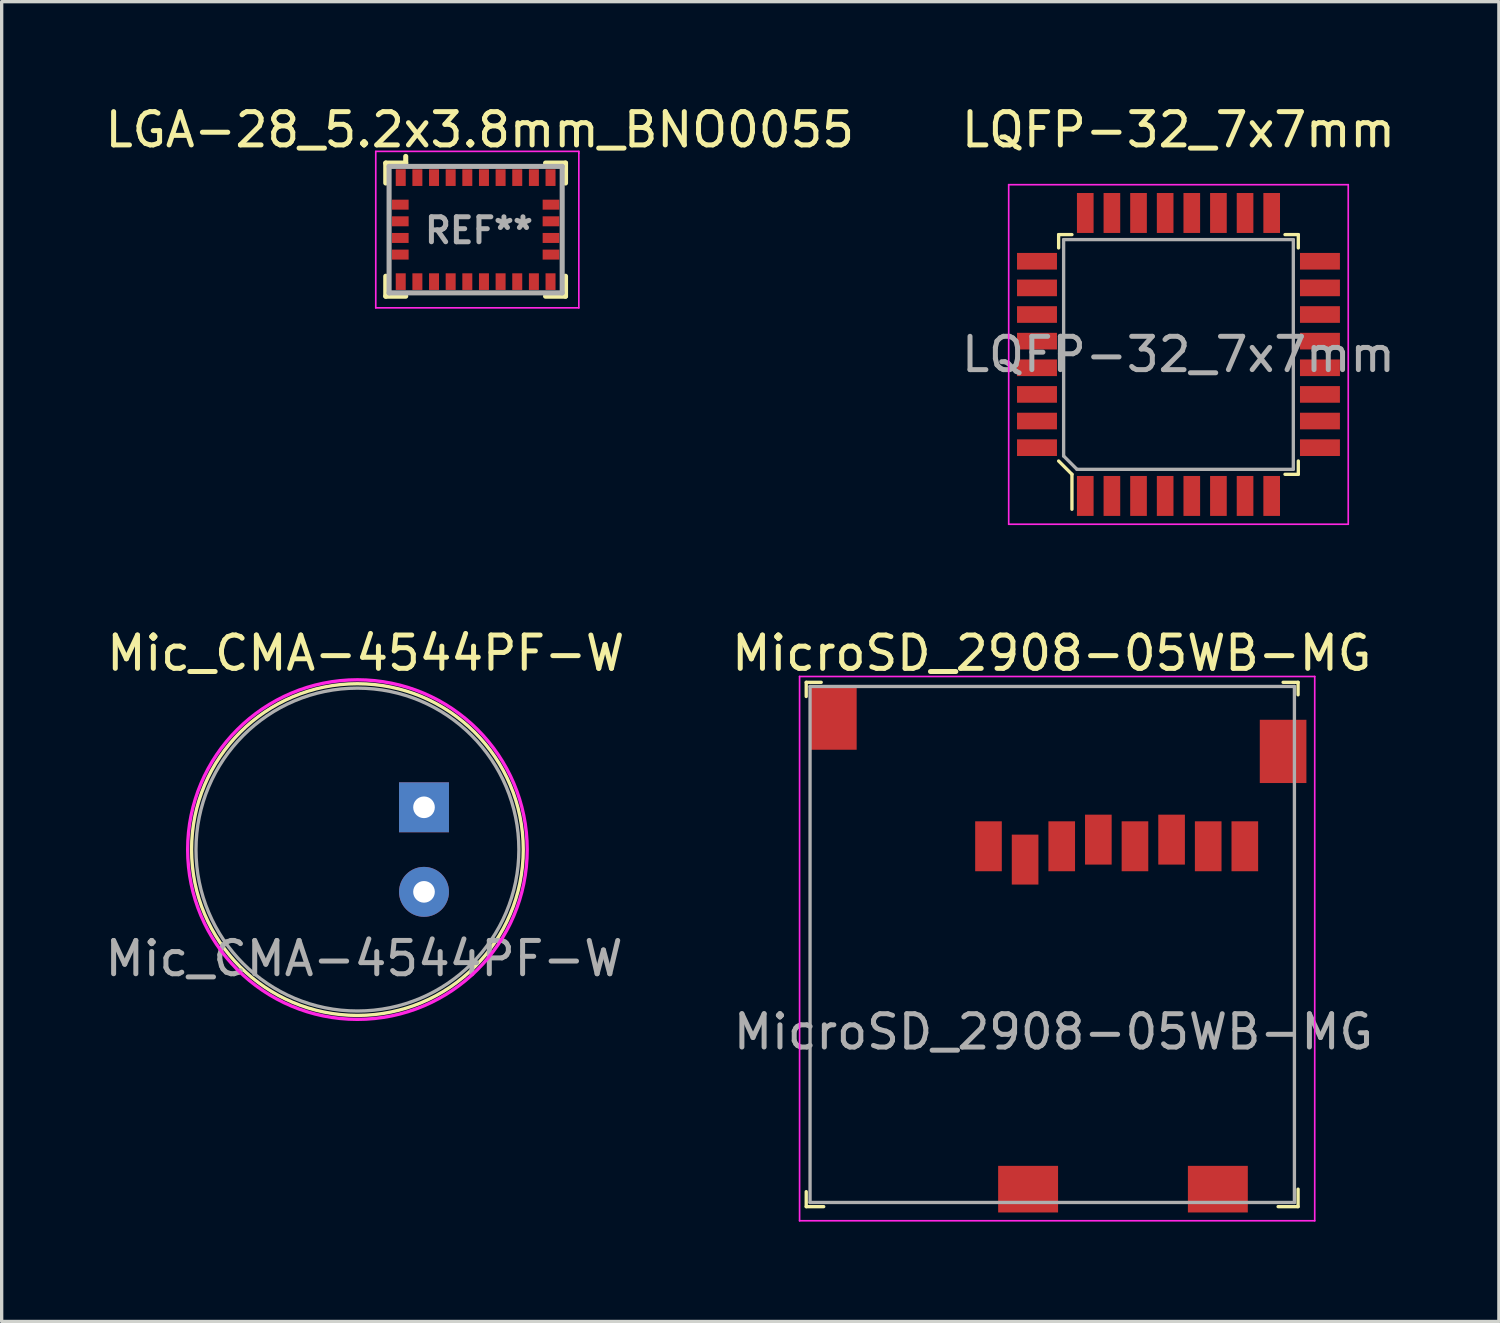
<source format=kicad_pcb>
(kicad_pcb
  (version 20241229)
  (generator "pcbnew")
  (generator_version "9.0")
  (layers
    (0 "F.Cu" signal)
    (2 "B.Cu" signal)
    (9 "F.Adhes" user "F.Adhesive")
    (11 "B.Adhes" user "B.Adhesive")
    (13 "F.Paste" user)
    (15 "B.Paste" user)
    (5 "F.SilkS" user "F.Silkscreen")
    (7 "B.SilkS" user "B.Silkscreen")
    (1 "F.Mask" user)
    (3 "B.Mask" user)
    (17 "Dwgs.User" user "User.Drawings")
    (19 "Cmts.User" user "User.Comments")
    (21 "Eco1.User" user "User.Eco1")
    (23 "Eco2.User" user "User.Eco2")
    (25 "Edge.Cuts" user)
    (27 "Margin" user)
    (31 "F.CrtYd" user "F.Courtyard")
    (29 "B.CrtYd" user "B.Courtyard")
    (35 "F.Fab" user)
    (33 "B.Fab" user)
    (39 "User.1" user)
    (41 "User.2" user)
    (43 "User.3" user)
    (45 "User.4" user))
  (footprint "MicroSD_2908-05WB-MG"
    (layer "F.Cu")
    (at 26.644 22.372)
    (property "Reference" "MicroSD_2908-05WB-MG" (at 1.9 -5.8 0) (layer "F.SilkS") (effects (font (size 1 1) (thickness 0.15))))
    (attr smd)
    (fp_line (start -5.475 -4.925) (end -5.475 -4.5) (stroke (width 0.1) (type solid)) (layer "F.SilkS"))
    (fp_line (start -5.475 10.825) (end -5.475 10.375) (stroke (width 0.1) (type solid)) (layer "F.SilkS"))
    (fp_line (start -5.025 -4.925) (end -5.475 -4.925) (stroke (width 0.1) (type solid)) (layer "F.SilkS"))
    (fp_line (start -4.95 10.825) (end -5.475 10.825) (stroke (width 0.1) (type solid)) (layer "F.SilkS"))
    (fp_line (start 8.7 10.825) (end 9.3 10.825) (stroke (width 0.1) (type solid)) (layer "F.SilkS"))
    (fp_line (start 8.85 -4.925) (end 9.3 -4.925) (stroke (width 0.1) (type solid)) (layer "F.SilkS"))
    (fp_line (start 9.3 -4.925) (end 9.3 -4.55) (stroke (width 0.1) (type solid)) (layer "F.SilkS"))
    (fp_line (start 9.3 10.825) (end 9.3 10.3) (stroke (width 0.1) (type solid)) (layer "F.SilkS"))
    (fp_line (start -5.675 -5.1) (end -5.675 11.25) (stroke (width 0.05) (type solid)) (layer "F.CrtYd"))
    (fp_line (start -5.675 -5.1) (end 9.8 -5.1) (stroke (width 0.05) (type solid)) (layer "F.CrtYd"))
    (fp_line (start 9.8 -5.1) (end 9.8 11.25) (stroke (width 0.05) (type solid)) (layer "F.CrtYd"))
    (fp_line (start 9.8 11.25) (end -5.675 11.25) (stroke (width 0.05) (type solid)) (layer "F.CrtYd"))
    (fp_line (start -5.36 -4.8) (end -5.36 10.7) (stroke (width 0.1) (type solid)) (layer "F.Fab"))
    (fp_line (start -5.36 -4.8) (end 9.19 -4.8) (stroke (width 0.1) (type solid)) (layer "F.Fab"))
    (fp_line (start 9.19 -4.8) (end 9.19 10.7) (stroke (width 0.1) (type solid)) (layer "F.Fab"))
    (fp_line (start 9.19 10.7) (end -5.36 10.7) (stroke (width 0.1) (type solid)) (layer "F.Fab"))
    (fp_text user "${REFERENCE}" (at 1.95 5.575 0) (layer "F.Fab") (effects (font (size 1 1) (thickness 0.15))))
    (pad "1" smd rect (at 0 0) (size 0.8 1.5) (layers "F.Cu" "F.Mask" "F.Paste"))
    (pad "2" smd rect (at 1.1 0.4) (size 0.8 1.5) (layers "F.Cu" "F.Mask" "F.Paste"))
    (pad "3" smd rect (at 2.2 0) (size 0.8 1.5) (layers "F.Cu" "F.Mask" "F.Paste"))
    (pad "4" smd rect (at 3.3 -0.2) (size 0.8 1.5) (layers "F.Cu" "F.Mask" "F.Paste"))
    (pad "5" smd rect (at 4.4 0) (size 0.8 1.5) (layers "F.Cu" "F.Mask" "F.Paste"))
    (pad "6" smd rect (at 5.5 -0.2) (size 0.8 1.5) (layers "F.Cu" "F.Mask" "F.Paste"))
    (pad "7" smd rect (at 6.6 0) (size 0.8 1.5) (layers "F.Cu" "F.Mask" "F.Paste"))
    (pad "8" smd rect (at 7.7 0) (size 0.8 1.5) (layers "F.Cu" "F.Mask" "F.Paste"))
    (pad "9" smd rect (at -4.66 -3.85) (size 1.4 1.9) (layers "F.Cu" "F.Mask" "F.Paste"))
    (pad "9" smd rect (at 1.19 10.3) (size 1.8 1.4) (layers "F.Cu" "F.Mask" "F.Paste"))
    (pad "9" smd rect (at 6.89 10.3) (size 1.8 1.4) (layers "F.Cu" "F.Mask" "F.Paste"))
    (pad "9" smd rect (at 8.85 -2.85) (size 1.4 1.9) (layers "F.Cu" "F.Mask" "F.Paste")))
  (footprint "Mic_CMA-4544PF-W"
    (layer "F.Cu")
    (at 7.687 22.471)
    (property "Reference" "Mic_CMA-4544PF-W" (at 0.25 -5.9 0) (layer "F.SilkS") (effects (font (size 1 1) (thickness 0.15))))
    (attr through_hole)
    (fp_circle (center 0 0) (end 3.1 3.9) (stroke (width 0.1) (type solid)) (fill no) (layer "F.SilkS"))
    (fp_circle (center 0 0) (end 5.1 0) (stroke (width 0.1) (type solid)) (fill no) (layer "F.CrtYd"))
    (fp_circle (center 0 0) (end 4.85 0) (stroke (width 0.1) (type solid)) (fill no) (layer "F.Fab"))
    (fp_text user "${REFERENCE}" (at 0.2 3.275 0) (layer "F.Fab") (effects (font (size 1 1) (thickness 0.15))))
    (pad "1" thru_hole rect (at 2 -1.27) (size 1.5 1.5) (drill 0.65) (layers "*.Cu" "*.Mask"))
    (pad "2" thru_hole circle (at 2 1.27) (size 1.5 1.5) (drill 0.65) (layers "*.Cu" "*.Mask")))
  (footprint "LGA-28_5.2x3.8mm_BNO0055"
    (layer "F.Cu")
    (at 11.238 3.848)
    (property "Reference" "LGA-28_5.2x3.8mm_BNO0055" (at 0.125 -3 0) (layer "F.SilkS") (effects (font (size 1 1) (thickness 0.15))))
    (attr smd)
    (fp_line (start -2.7 -2) (end -2.7 -1.4) (stroke (width 0.152) (type solid)) (layer "F.SilkS"))
    (fp_line (start -2.7 1.4) (end -2.7 2) (stroke (width 0.152) (type solid)) (layer "F.SilkS"))
    (fp_line (start -2.7 2) (end -2.1 2) (stroke (width 0.152) (type solid)) (layer "F.SilkS"))
    (fp_line (start -2.1 -2) (end -2.7 -2) (stroke (width 0.152) (type solid)) (layer "F.SilkS"))
    (fp_line (start -2.1 -2) (end -2.1 -2.2) (stroke (width 0.152) (type solid)) (layer "F.SilkS"))
    (fp_line (start 2.1 2) (end 2.7 2) (stroke (width 0.152) (type solid)) (layer "F.SilkS"))
    (fp_line (start 2.7 -2) (end 2.1 -2) (stroke (width 0.152) (type solid)) (layer "F.SilkS"))
    (fp_line (start 2.7 -1.4) (end 2.7 -2) (stroke (width 0.152) (type solid)) (layer "F.SilkS"))
    (fp_line (start 2.7 2) (end 2.7 1.4) (stroke (width 0.152) (type solid)) (layer "F.SilkS"))
    (fp_line (start -3 -2.35) (end -3 2.35) (stroke (width 0.05) (type solid)) (layer "F.CrtYd"))
    (fp_line (start -3 2.35) (end 3.1 2.35) (stroke (width 0.05) (type solid)) (layer "F.CrtYd"))
    (fp_line (start 3.1 -2.35) (end -3 -2.35) (stroke (width 0.05) (type solid)) (layer "F.CrtYd"))
    (fp_line (start 3.1 -2.3) (end 3.1 -2.35) (stroke (width 0.05) (type solid)) (layer "F.CrtYd"))
    (fp_line (start 3.1 2.35) (end 3.1 -2.3) (stroke (width 0.05) (type solid)) (layer "F.CrtYd"))
    (fp_line (start -2.6 -1.9) (end -2.6 1.9) (stroke (width 0.152) (type solid)) (layer "F.Fab"))
    (fp_line (start -2.6 -1.9) (end 2.6 -1.9) (stroke (width 0.152) (type solid)) (layer "F.Fab"))
    (fp_line (start -2.6 1.9) (end 2.6 1.9) (stroke (width 0.152) (type solid)) (layer "F.Fab"))
    (fp_line (start 2.6 -1.9) (end 2.6 1.9) (stroke (width 0.152) (type solid)) (layer "F.Fab"))
    (fp_text user "REF**" (at 0.1 0.025 0) (layer "F.Fab") (effects (font (size 0.75 0.75) (thickness 0.15))))
    (pad "1" smd rect (at -2.25 -1.562) (size 0.3 0.5) (layers "F.Cu" "F.Mask" "F.Paste"))
    (pad "2" smd rect (at -2.263 -0.75 90) (size 0.3 0.5) (layers "F.Cu" "F.Mask" "F.Paste"))
    (pad "3" smd rect (at -2.263 -0.25 90) (size 0.3 0.5) (layers "F.Cu" "F.Mask" "F.Paste"))
    (pad "4" smd rect (at -2.263 0.25 90) (size 0.3 0.5) (layers "F.Cu" "F.Mask" "F.Paste"))
    (pad "5" smd rect (at -2.263 0.75 90) (size 0.3 0.5) (layers "F.Cu" "F.Mask" "F.Paste"))
    (pad "6" smd rect (at -2.25 1.562) (size 0.3 0.5) (layers "F.Cu" "F.Mask" "F.Paste"))
    (pad "7" smd rect (at -1.75 1.562) (size 0.3 0.5) (layers "F.Cu" "F.Mask" "F.Paste"))
    (pad "8" smd rect (at -1.25 1.562) (size 0.3 0.5) (layers "F.Cu" "F.Mask" "F.Paste"))
    (pad "9" smd rect (at -0.75 1.562) (size 0.3 0.5) (layers "F.Cu" "F.Mask" "F.Paste"))
    (pad "10" smd rect (at -0.25 1.562) (size 0.3 0.5) (layers "F.Cu" "F.Mask" "F.Paste"))
    (pad "11" smd rect (at 0.25 1.562) (size 0.3 0.5) (layers "F.Cu" "F.Mask" "F.Paste"))
    (pad "12" smd rect (at 0.75 1.562) (size 0.3 0.5) (layers "F.Cu" "F.Mask" "F.Paste"))
    (pad "13" smd rect (at 1.25 1.562) (size 0.3 0.5) (layers "F.Cu" "F.Mask" "F.Paste"))
    (pad "14" smd rect (at 1.75 1.562) (size 0.3 0.5) (layers "F.Cu" "F.Mask" "F.Paste"))
    (pad "15" smd rect (at 2.25 1.562) (size 0.3 0.5) (layers "F.Cu" "F.Mask" "F.Paste"))
    (pad "16" smd rect (at 2.263 0.75 90) (size 0.3 0.5) (layers "F.Cu" "F.Mask" "F.Paste"))
    (pad "17" smd rect (at 2.263 0.25 90) (size 0.3 0.5) (layers "F.Cu" "F.Mask" "F.Paste"))
    (pad "18" smd rect (at 2.263 -0.25 90) (size 0.3 0.5) (layers "F.Cu" "F.Mask" "F.Paste"))
    (pad "19" smd rect (at 2.263 -0.75 90) (size 0.3 0.5) (layers "F.Cu" "F.Mask" "F.Paste"))
    (pad "20" smd rect (at 2.25 -1.562) (size 0.3 0.5) (layers "F.Cu" "F.Mask" "F.Paste"))
    (pad "21" smd rect (at 1.75 -1.562) (size 0.3 0.5) (layers "F.Cu" "F.Mask" "F.Paste"))
    (pad "22" smd rect (at 1.25 -1.562) (size 0.3 0.5) (layers "F.Cu" "F.Mask" "F.Paste"))
    (pad "23" smd rect (at 0.75 -1.562) (size 0.3 0.5) (layers "F.Cu" "F.Mask" "F.Paste"))
    (pad "24" smd rect (at 0.25 -1.562) (size 0.3 0.5) (layers "F.Cu" "F.Mask" "F.Paste"))
    (pad "25" smd rect (at -0.25 -1.562) (size 0.3 0.5) (layers "F.Cu" "F.Mask" "F.Paste"))
    (pad "26" smd rect (at -0.75 -1.562) (size 0.3 0.5) (layers "F.Cu" "F.Mask" "F.Paste"))
    (pad "27" smd rect (at -1.25 -1.562) (size 0.3 0.5) (layers "F.Cu" "F.Mask" "F.Paste"))
    (pad "28" smd rect (at -1.75 -1.562) (size 0.3 0.5) (layers "F.Cu" "F.Mask" "F.Paste")))
  (footprint "LQFP-32_7x7mm"
    (layer "F.Cu")
    (at 32.351 7.598)
    (property "Reference" "LQFP-32_7x7mm" (at 0 -6.75 0) (layer "F.SilkS") (effects (font (size 1 1) (thickness 0.15))))
    (attr through_hole)
    (fp_line (start -3.6 -3.6) (end -3.6 -3.2) (stroke (width 0.1) (type solid)) (layer "F.SilkS"))
    (fp_line (start -3.2 -3.6) (end -3.6 -3.6) (stroke (width 0.1) (type solid)) (layer "F.SilkS"))
    (fp_line (start -3.2 3.6) (end -3.6 3.2) (stroke (width 0.1) (type solid)) (layer "F.SilkS"))
    (fp_line (start -3.2 4.65) (end -3.2 3.6) (stroke (width 0.1) (type solid)) (layer "F.SilkS"))
    (fp_line (start 3.2 -3.6) (end 3.6 -3.6) (stroke (width 0.1) (type solid)) (layer "F.SilkS"))
    (fp_line (start 3.6 -3.6) (end 3.6 -3.2) (stroke (width 0.1) (type solid)) (layer "F.SilkS"))
    (fp_line (start 3.6 3.2) (end 3.6 3.6) (stroke (width 0.1) (type solid)) (layer "F.SilkS"))
    (fp_line (start 3.6 3.6) (end 3.2 3.6) (stroke (width 0.1) (type solid)) (layer "F.SilkS"))
    (fp_line (start -5.1 -5.1) (end 5.1 -5.1) (stroke (width 0.05) (type solid)) (layer "F.CrtYd"))
    (fp_line (start -5.1 5.1) (end -5.1 -5.1) (stroke (width 0.05) (type solid)) (layer "F.CrtYd"))
    (fp_line (start -5.1 5.1) (end 5.1 5.1) (stroke (width 0.05) (type solid)) (layer "F.CrtYd"))
    (fp_line (start 5.1 5.1) (end 5.1 -5.1) (stroke (width 0.05) (type solid)) (layer "F.CrtYd"))
    (fp_line (start -3.45 -3.45) (end 3.45 -3.45) (stroke (width 0.1) (type solid)) (layer "F.Fab"))
    (fp_line (start -3.45 3.05) (end -3.45 -3.45) (stroke (width 0.1) (type solid)) (layer "F.Fab"))
    (fp_line (start -3.45 3.05) (end -3.05 3.45) (stroke (width 0.1) (type solid)) (layer "F.Fab"))
    (fp_line (start -3.05 3.45) (end 3.45 3.45) (stroke (width 0.1) (type solid)) (layer "F.Fab"))
    (fp_line (start 3.45 3.45) (end 3.45 -3.45) (stroke (width 0.1) (type solid)) (layer "F.Fab"))
    (fp_text user "${REFERENCE}" (at 0 0 0) (layer "F.Fab") (effects (font (size 1 1) (thickness 0.15))))
    (pad "1" smd rect (at -2.8 4.25) (size 0.5 1.2) (layers "F.Cu" "F.Mask" "F.Paste"))
    (pad "2" smd rect (at -2 4.25) (size 0.5 1.2) (layers "F.Cu" "F.Mask" "F.Paste"))
    (pad "3" smd rect (at -1.2 4.25) (size 0.5 1.2) (layers "F.Cu" "F.Mask" "F.Paste"))
    (pad "4" smd rect (at -0.4 4.25) (size 0.5 1.2) (layers "F.Cu" "F.Mask" "F.Paste"))
    (pad "5" smd rect (at 0.4 4.25) (size 0.5 1.2) (layers "F.Cu" "F.Mask" "F.Paste"))
    (pad "6" smd rect (at 1.2 4.25) (size 0.5 1.2) (layers "F.Cu" "F.Mask" "F.Paste"))
    (pad "7" smd rect (at 2 4.25) (size 0.5 1.2) (layers "F.Cu" "F.Mask" "F.Paste"))
    (pad "8" smd rect (at 2.8 4.25) (size 0.5 1.2) (layers "F.Cu" "F.Mask" "F.Paste"))
    (pad "9" smd rect (at 4.25 2.8) (size 1.2 0.5) (layers "F.Cu" "F.Mask" "F.Paste"))
    (pad "10" smd rect (at 4.25 2) (size 1.2 0.5) (layers "F.Cu" "F.Mask" "F.Paste"))
    (pad "11" smd rect (at 4.25 1.2) (size 1.2 0.5) (layers "F.Cu" "F.Mask" "F.Paste"))
    (pad "12" smd rect (at 4.25 0.4) (size 1.2 0.5) (layers "F.Cu" "F.Mask" "F.Paste"))
    (pad "13" smd rect (at 4.25 -0.4) (size 1.2 0.5) (layers "F.Cu" "F.Mask" "F.Paste"))
    (pad "14" smd rect (at 4.25 -1.2) (size 1.2 0.5) (layers "F.Cu" "F.Mask" "F.Paste"))
    (pad "15" smd rect (at 4.25 -2) (size 1.2 0.5) (layers "F.Cu" "F.Mask" "F.Paste"))
    (pad "16" smd rect (at 4.25 -2.8) (size 1.2 0.5) (layers "F.Cu" "F.Mask" "F.Paste"))
    (pad "17" smd rect (at 2.8 -4.25) (size 0.5 1.2) (layers "F.Cu" "F.Mask" "F.Paste"))
    (pad "18" smd rect (at 2 -4.25) (size 0.5 1.2) (layers "F.Cu" "F.Mask" "F.Paste"))
    (pad "19" smd rect (at 1.2 -4.25) (size 0.5 1.2) (layers "F.Cu" "F.Mask" "F.Paste"))
    (pad "20" smd rect (at 0.4 -4.25) (size 0.5 1.2) (layers "F.Cu" "F.Mask" "F.Paste"))
    (pad "21" smd rect (at -0.4 -4.25) (size 0.5 1.2) (layers "F.Cu" "F.Mask" "F.Paste"))
    (pad "22" smd rect (at -1.2 -4.25) (size 0.5 1.2) (layers "F.Cu" "F.Mask" "F.Paste"))
    (pad "23" smd rect (at -2 -4.25) (size 0.5 1.2) (layers "F.Cu" "F.Mask" "F.Paste"))
    (pad "24" smd rect (at -2.8 -4.25) (size 0.5 1.2) (layers "F.Cu" "F.Mask" "F.Paste"))
    (pad "25" smd rect (at -4.25 -2.8) (size 1.2 0.5) (layers "F.Cu" "F.Mask" "F.Paste"))
    (pad "26" smd rect (at -4.25 -2) (size 1.2 0.5) (layers "F.Cu" "F.Mask" "F.Paste"))
    (pad "27" smd rect (at -4.25 -1.2) (size 1.2 0.5) (layers "F.Cu" "F.Mask" "F.Paste"))
    (pad "28" smd rect (at -4.25 -0.4) (size 1.2 0.5) (layers "F.Cu" "F.Mask" "F.Paste"))
    (pad "29" smd rect (at -4.25 0.4) (size 1.2 0.5) (layers "F.Cu" "F.Mask" "F.Paste"))
    (pad "30" smd rect (at -4.25 1.2) (size 1.2 0.5) (layers "F.Cu" "F.Mask" "F.Paste"))
    (pad "31" smd rect (at -4.25 2) (size 1.2 0.5) (layers "F.Cu" "F.Mask" "F.Paste"))
    (pad "32" smd rect (at -4.25 2.8) (size 1.2 0.5) (layers "F.Cu" "F.Mask" "F.Paste")))
  (gr_rect
    (start -3 -3)
    (end 41.976 36.647)
    (stroke (width 0.1) (type default))
    (fill no)
    (layer "Edge.Cuts")))
</source>
